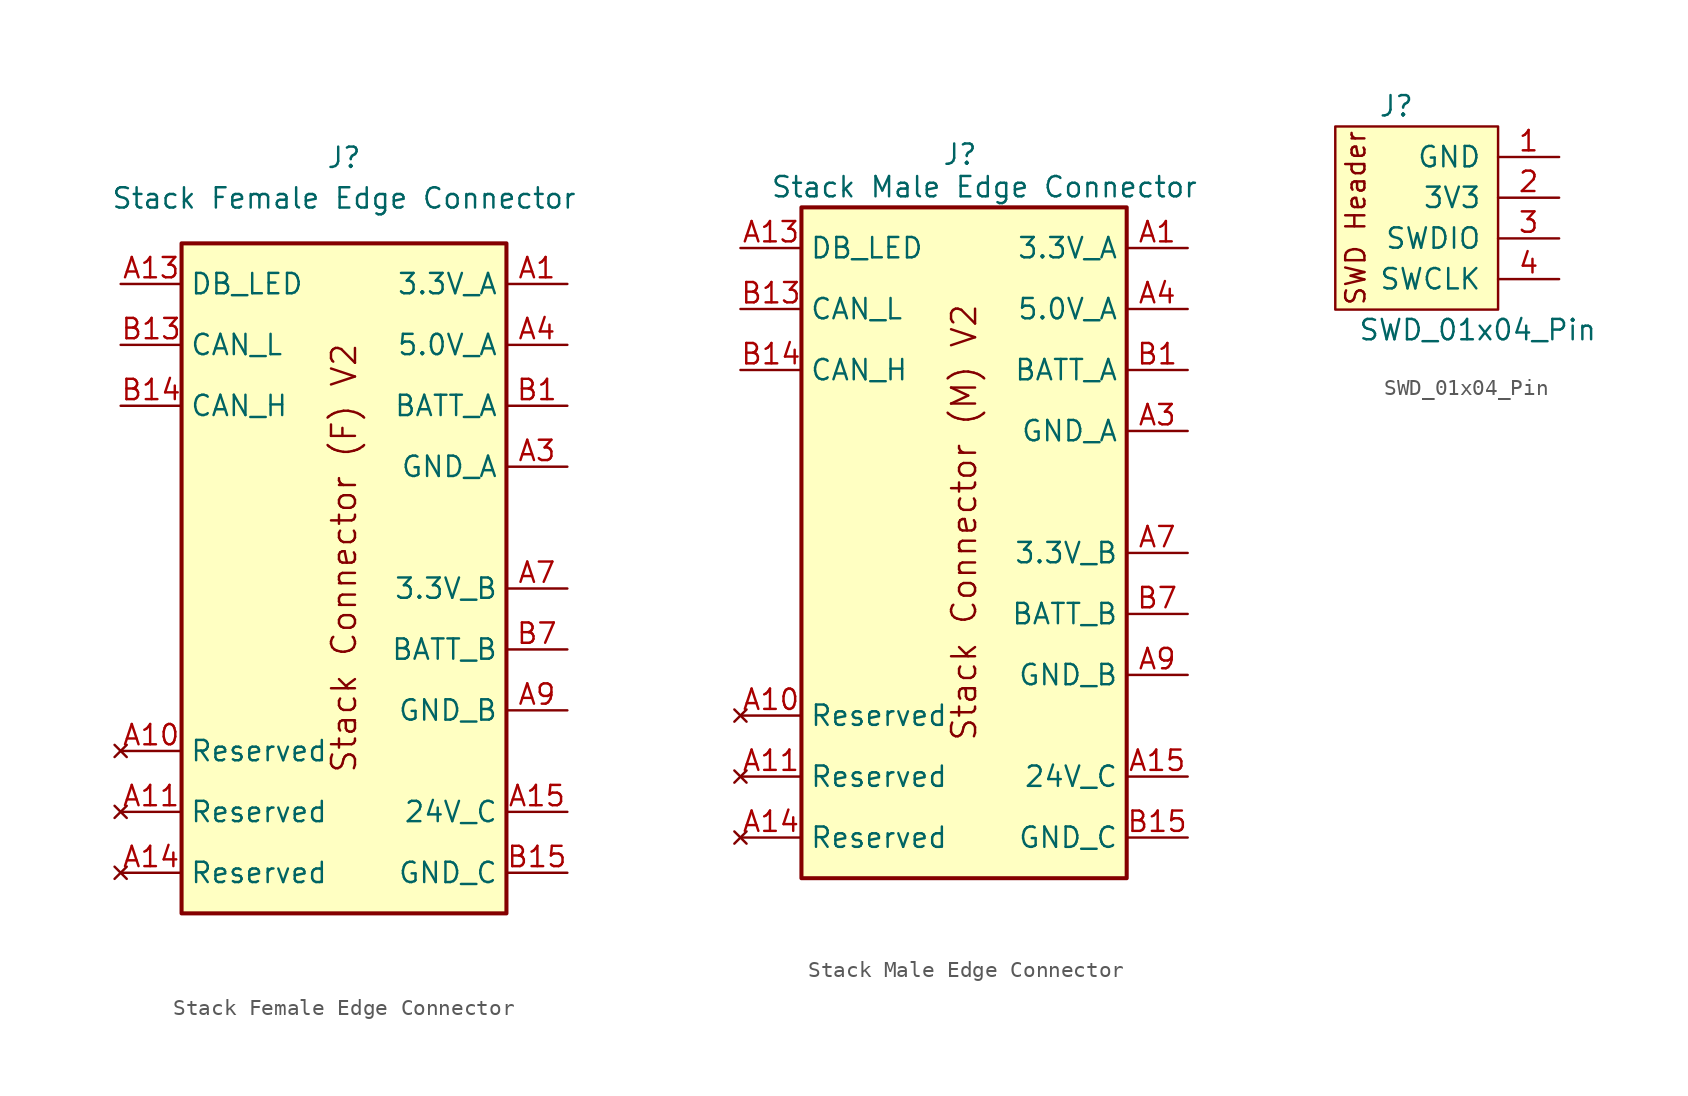
<source format=kicad_sym>
(kicad_symbol_lib
  (version 20231120)
  (generator "kicad_symbol_editor")
  (generator_version "8.0")
  (symbol "Stack Female Edge Connector"
    (property "Reference" "J"
      (at 0 26.95 0)
      (effects (font (size 1.27 1.27))))
    (property "Value" "Stack Female Edge Connector"
      (at 0 24.41 0)
      (effects (font (size 1.27 1.27))))
    (symbol "Stack Female Edge Connector_0_1"
      (rectangle (start -10.16 21.59) (end 10.16 -20.32) (stroke (width 0.254) (type default)) (fill (type background))))
    (symbol "Stack Female Edge Connector_1_1"
      (text "Stack Connector (F) V2" (at 0 1.905 900) (effects (font (size 1.5 1.5))))
      (pin power_in line (at 13.97 19.05 180) (length 3.81) (name "3.3V_A" (effects (font (size 1.27 1.27)))) (number "A1" (effects (font (size 1.27 1.27)))))
      (pin no_connect line (at -13.97 -10.16 0) (length 3.81) (name "Reserved" (effects (font (size 1.27 1.27)))) (number "A10" (effects (font (size 1.27 1.27)))))
      (pin no_connect line (at -13.97 -13.97 0) (length 3.81) (name "Reserved" (effects (font (size 1.27 1.27)))) (number "A11" (effects (font (size 1.27 1.27)))))
      (pin passive line (at 13.97 -7.62 180) (length 3.81) hide (name "GND_B" (effects (font (size 1.27 1.27)))) (number "A12" (effects (font (size 1.27 1.27)))))
      (pin output line (at -13.97 19.05 0) (length 3.81) (name "DB_LED" (effects (font (size 1.27 1.27)))) (number "A13" (effects (font (size 1.27 1.27)))))
      (pin no_connect line (at -13.97 -17.78 0) (length 3.81) (name "Reserved" (effects (font (size 1.27 1.27)))) (number "A14" (effects (font (size 1.27 1.27)))))
      (pin power_in line (at 13.97 -13.97 180) (length 3.81) (name "24V_C" (effects (font (size 1.27 1.27)))) (number "A15" (effects (font (size 1.27 1.27)))))
      (pin passive line (at 13.97 -13.97 180) (length 3.81) hide (name "24V_C" (effects (font (size 1.27 1.27)))) (number "A16" (effects (font (size 1.27 1.27)))))
      (pin passive line (at 13.97 -13.97 180) (length 3.81) hide (name "24V_C" (effects (font (size 1.27 1.27)))) (number "A17" (effects (font (size 1.27 1.27)))))
      (pin passive line (at 13.97 -13.97 180) (length 3.81) hide (name "24V_C" (effects (font (size 1.27 1.27)))) (number "A18" (effects (font (size 1.27 1.27)))))
      (pin passive line (at 13.97 19.05 180) (length 3.81) hide (name "3.3V_A" (effects (font (size 1.27 1.27)))) (number "A2" (effects (font (size 1.27 1.27)))))
      (pin power_out line (at 13.97 7.62 180) (length 3.81) (name "GND_A" (effects (font (size 1.27 1.27)))) (number "A3" (effects (font (size 1.27 1.27)))))
      (pin power_in line (at 13.97 15.24 180) (length 3.81) (name "5.0V_A" (effects (font (size 1.27 1.27)))) (number "A4" (effects (font (size 1.27 1.27)))))
      (pin power_in line (at 13.97 15.24 180) (length 3.81) hide (name "5.0V_A" (effects (font (size 1.27 1.27)))) (number "A5" (effects (font (size 1.27 1.27)))))
      (pin passive line (at 13.97 7.62 180) (length 3.81) hide (name "GND_A" (effects (font (size 1.27 1.27)))) (number "A6" (effects (font (size 1.27 1.27)))))
      (pin power_in line (at 13.97 0 180) (length 3.81) (name "3.3V_B" (effects (font (size 1.27 1.27)))) (number "A7" (effects (font (size 1.27 1.27)))))
      (pin passive line (at 13.97 0 180) (length 3.81) hide (name "3.3V_B" (effects (font (size 1.27 1.27)))) (number "A8" (effects (font (size 1.27 1.27)))))
      (pin power_out line (at 13.97 -7.62 180) (length 3.81) (name "GND_B" (effects (font (size 1.27 1.27)))) (number "A9" (effects (font (size 1.27 1.27)))))
      (pin power_in line (at 13.97 11.43 180) (length 3.81) (name "BATT_A" (effects (font (size 1.27 1.27)))) (number "B1" (effects (font (size 1.27 1.27)))))
      (pin passive line (at 13.97 -7.62 180) (length 3.81) hide (name "GND_B" (effects (font (size 1.27 1.27)))) (number "B10" (effects (font (size 1.27 1.27)))))
      (pin passive line (at 13.97 -7.62 180) (length 3.81) hide (name "GND_B" (effects (font (size 1.27 1.27)))) (number "B11" (effects (font (size 1.27 1.27)))))
      (pin passive line (at 13.97 -7.62 180) (length 3.81) hide (name "GND_B" (effects (font (size 1.27 1.27)))) (number "B12" (effects (font (size 1.27 1.27)))))
      (pin bidirectional line (at -13.97 15.24 0) (length 3.81) (name "CAN_L" (effects (font (size 1.27 1.27)))) (number "B13" (effects (font (size 1.27 1.27)))))
      (pin bidirectional line (at -13.97 11.43 0) (length 3.81) (name "CAN_H" (effects (font (size 1.27 1.27)))) (number "B14" (effects (font (size 1.27 1.27)))))
      (pin power_out line (at 13.97 -17.78 180) (length 3.81) (name "GND_C" (effects (font (size 1.27 1.27)))) (number "B15" (effects (font (size 1.27 1.27)))))
      (pin passive line (at 13.97 -17.78 180) (length 3.81) hide (name "GND_C" (effects (font (size 1.27 1.27)))) (number "B16" (effects (font (size 1.27 1.27)))))
      (pin passive line (at 13.97 -17.78 180) (length 3.81) hide (name "GND_C" (effects (font (size 1.27 1.27)))) (number "B17" (effects (font (size 1.27 1.27)))))
      (pin passive line (at 13.97 -17.78 180) (length 3.81) hide (name "GND_C" (effects (font (size 1.27 1.27)))) (number "B18" (effects (font (size 1.27 1.27)))))
      (pin passive line (at 13.97 11.43 180) (length 3.81) hide (name "BATT_A" (effects (font (size 1.27 1.27)))) (number "B2" (effects (font (size 1.27 1.27)))))
      (pin passive line (at 13.97 11.43 180) (length 3.81) hide (name "BATT_A" (effects (font (size 1.27 1.27)))) (number "B3" (effects (font (size 1.27 1.27)))))
      (pin passive line (at 13.97 7.62 180) (length 3.81) hide (name "GND_A" (effects (font (size 1.27 1.27)))) (number "B4" (effects (font (size 1.27 1.27)))))
      (pin passive line (at 13.97 7.62 180) (length 3.81) hide (name "GND_A" (effects (font (size 1.27 1.27)))) (number "B5" (effects (font (size 1.27 1.27)))))
      (pin passive line (at 13.97 7.62 180) (length 3.81) hide (name "GND_A" (effects (font (size 1.27 1.27)))) (number "B6" (effects (font (size 1.27 1.27)))))
      (pin power_in line (at 13.97 -3.81 180) (length 3.81) (name "BATT_B" (effects (font (size 1.27 1.27)))) (number "B7" (effects (font (size 1.27 1.27)))))
      (pin passive line (at 13.97 -3.81 180) (length 3.81) hide (name "BATT_B" (effects (font (size 1.27 1.27)))) (number "B8" (effects (font (size 1.27 1.27)))))
      (pin passive line (at 13.97 -3.81 180) (length 3.81) hide (name "BATT_B" (effects (font (size 1.27 1.27)))) (number "B9" (effects (font (size 1.27 1.27)))))))
  (symbol "Stack Male Edge Connector"
    (property "Reference" "J"
      (at -0.254 24.892 0)
      (effects (font (size 1.27 1.27))))
    (property "Value" "Stack Male Edge Connector"
      (at 1.27 22.86 0)
      (effects (font (size 1.27 1.27))))
    (symbol "Stack Male Edge Connector_0_1"
      (rectangle (start -10.16 21.59) (end 10.16 -20.32) (stroke (width 0.254) (type default)) (fill (type background))))
    (symbol "Stack Male Edge Connector_1_1"
      (text "Stack Connector (M) V2" (at 0 1.905 900) (effects (font (size 1.5 1.5))))
      (pin power_out line (at 13.97 19.05 180) (length 3.81) (name "3.3V_A" (effects (font (size 1.27 1.27)))) (number "A1" (effects (font (size 1.27 1.27)))))
      (pin no_connect line (at -13.97 -10.16 0) (length 3.81) (name "Reserved" (effects (font (size 1.27 1.27)))) (number "A10" (effects (font (size 1.27 1.27)))))
      (pin no_connect line (at -13.97 -13.97 0) (length 3.81) (name "Reserved" (effects (font (size 1.27 1.27)))) (number "A11" (effects (font (size 1.27 1.27)))))
      (pin passive line (at 13.97 -7.62 180) (length 3.81) hide (name "GND_B" (effects (font (size 1.27 1.27)))) (number "A12" (effects (font (size 1.27 1.27)))))
      (pin input line (at -13.97 19.05 0) (length 3.81) (name "DB_LED" (effects (font (size 1.27 1.27)))) (number "A13" (effects (font (size 1.27 1.27)))))
      (pin no_connect line (at -13.97 -17.78 0) (length 3.81) (name "Reserved" (effects (font (size 1.27 1.27)))) (number "A14" (effects (font (size 1.27 1.27)))))
      (pin power_out line (at 13.97 -13.97 180) (length 3.81) (name "24V_C" (effects (font (size 1.27 1.27)))) (number "A15" (effects (font (size 1.27 1.27)))))
      (pin passive line (at 13.97 -13.97 180) (length 3.81) hide (name "24V_C" (effects (font (size 1.27 1.27)))) (number "A16" (effects (font (size 1.27 1.27)))))
      (pin passive line (at 13.97 -13.97 180) (length 3.81) hide (name "24V_C" (effects (font (size 1.27 1.27)))) (number "A17" (effects (font (size 1.27 1.27)))))
      (pin passive line (at 13.97 -13.97 180) (length 3.81) hide (name "24V_C" (effects (font (size 1.27 1.27)))) (number "A18" (effects (font (size 1.27 1.27)))))
      (pin passive line (at 13.97 19.05 180) (length 3.81) hide (name "3.3V_A" (effects (font (size 1.27 1.27)))) (number "A2" (effects (font (size 1.27 1.27)))))
      (pin power_in line (at 13.97 7.62 180) (length 3.81) (name "GND_A" (effects (font (size 1.27 1.27)))) (number "A3" (effects (font (size 1.27 1.27)))))
      (pin power_out line (at 13.97 15.24 180) (length 3.81) (name "5.0V_A" (effects (font (size 1.27 1.27)))) (number "A4" (effects (font (size 1.27 1.27)))))
      (pin power_in line (at 13.97 15.24 180) (length 3.81) hide (name "5.0V_A" (effects (font (size 1.27 1.27)))) (number "A5" (effects (font (size 1.27 1.27)))))
      (pin passive line (at 13.97 7.62 180) (length 3.81) hide (name "GND_A" (effects (font (size 1.27 1.27)))) (number "A6" (effects (font (size 1.27 1.27)))))
      (pin power_out line (at 13.97 0 180) (length 3.81) (name "3.3V_B" (effects (font (size 1.27 1.27)))) (number "A7" (effects (font (size 1.27 1.27)))))
      (pin passive line (at 13.97 0 180) (length 3.81) hide (name "3.3V_B" (effects (font (size 1.27 1.27)))) (number "A8" (effects (font (size 1.27 1.27)))))
      (pin power_in line (at 13.97 -7.62 180) (length 3.81) (name "GND_B" (effects (font (size 1.27 1.27)))) (number "A9" (effects (font (size 1.27 1.27)))))
      (pin power_out line (at 13.97 11.43 180) (length 3.81) (name "BATT_A" (effects (font (size 1.27 1.27)))) (number "B1" (effects (font (size 1.27 1.27)))))
      (pin passive line (at 13.97 -7.62 180) (length 3.81) hide (name "GND_B" (effects (font (size 1.27 1.27)))) (number "B10" (effects (font (size 1.27 1.27)))))
      (pin passive line (at 13.97 -7.62 180) (length 3.81) hide (name "GND_B" (effects (font (size 1.27 1.27)))) (number "B11" (effects (font (size 1.27 1.27)))))
      (pin passive line (at 13.97 -7.62 180) (length 3.81) hide (name "GND_B" (effects (font (size 1.27 1.27)))) (number "B12" (effects (font (size 1.27 1.27)))))
      (pin bidirectional line (at -13.97 15.24 0) (length 3.81) (name "CAN_L" (effects (font (size 1.27 1.27)))) (number "B13" (effects (font (size 1.27 1.27)))))
      (pin bidirectional line (at -13.97 11.43 0) (length 3.81) (name "CAN_H" (effects (font (size 1.27 1.27)))) (number "B14" (effects (font (size 1.27 1.27)))))
      (pin power_in line (at 13.97 -17.78 180) (length 3.81) (name "GND_C" (effects (font (size 1.27 1.27)))) (number "B15" (effects (font (size 1.27 1.27)))))
      (pin passive line (at 13.97 -17.78 180) (length 3.81) hide (name "GND_C" (effects (font (size 1.27 1.27)))) (number "B16" (effects (font (size 1.27 1.27)))))
      (pin passive line (at 13.97 -17.78 180) (length 3.81) hide (name "GND_C" (effects (font (size 1.27 1.27)))) (number "B17" (effects (font (size 1.27 1.27)))))
      (pin passive line (at 13.97 -17.78 180) (length 3.81) hide (name "GND_C" (effects (font (size 1.27 1.27)))) (number "B18" (effects (font (size 1.27 1.27)))))
      (pin passive line (at 13.97 11.43 180) (length 3.81) hide (name "BATT_A" (effects (font (size 1.27 1.27)))) (number "B2" (effects (font (size 1.27 1.27)))))
      (pin passive line (at 13.97 11.43 180) (length 3.81) hide (name "BATT_A" (effects (font (size 1.27 1.27)))) (number "B3" (effects (font (size 1.27 1.27)))))
      (pin passive line (at 13.97 7.62 180) (length 3.81) hide (name "GND_A" (effects (font (size 1.27 1.27)))) (number "B4" (effects (font (size 1.27 1.27)))))
      (pin passive line (at 13.97 7.62 180) (length 3.81) hide (name "GND_A" (effects (font (size 1.27 1.27)))) (number "B5" (effects (font (size 1.27 1.27)))))
      (pin passive line (at 13.97 7.62 180) (length 3.81) hide (name "GND_A" (effects (font (size 1.27 1.27)))) (number "B6" (effects (font (size 1.27 1.27)))))
      (pin power_out line (at 13.97 -3.81 180) (length 3.81) (name "BATT_B" (effects (font (size 1.27 1.27)))) (number "B7" (effects (font (size 1.27 1.27)))))
      (pin passive line (at 13.97 -3.81 180) (length 3.81) hide (name "BATT_B" (effects (font (size 1.27 1.27)))) (number "B8" (effects (font (size 1.27 1.27)))))
      (pin passive line (at 13.97 -3.81 180) (length 3.81) hide (name "BATT_B" (effects (font (size 1.27 1.27)))) (number "B9" (effects (font (size 1.27 1.27)))))))
  (symbol "SWD_01x04_Pin"
    (pin_names
      (offset 1.016))
    (property "Reference" "J"
      (at -5.08 5.715 0)
      (effects (font (size 1.27 1.27))))
    (property "Value" "SWD_01x04_Pin"
      (at 0 -8.255 0)
      (effects (font (size 1.27 1.27))))
    (symbol "SWD_01x04_Pin_1_1"
      (rectangle (start -8.89 4.445) (end 1.27 -6.985) (stroke (width 0) (type default)) (fill (type background)))
      (text "SWD Header" (at -7.62 -1.27 900) (effects (font (size 1.2 1.2))))
      (pin power_in line (at 5.08 2.54 180) (length 3.81) (name "GND" (effects (font (size 1.27 1.27)))) (number "1" (effects (font (size 1.27 1.27)))))
      (pin power_in line (at 5.08 0 180) (length 3.81) (name "3V3" (effects (font (size 1.27 1.27)))) (number "2" (effects (font (size 1.27 1.27)))))
      (pin bidirectional line (at 5.08 -2.54 180) (length 3.81) (name "SWDIO" (effects (font (size 1.27 1.27)))) (number "3" (effects (font (size 1.27 1.27)))))
      (pin input line (at 5.08 -5.08 180) (length 3.81) (name "SWCLK" (effects (font (size 1.27 1.27)))) (number "4" (effects (font (size 1.27 1.27))))))))
</source>
